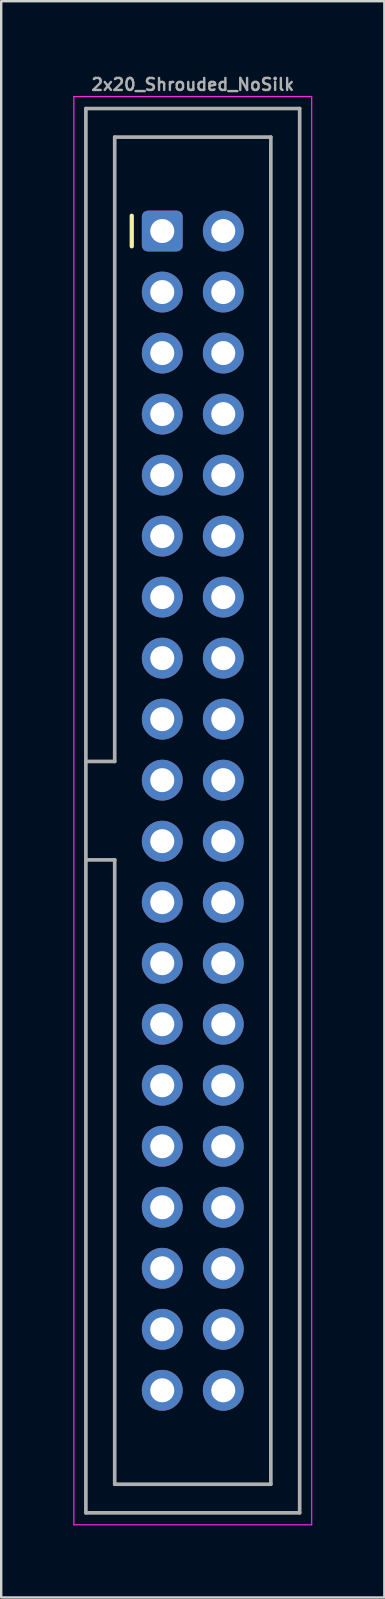
<source format=kicad_pcb>
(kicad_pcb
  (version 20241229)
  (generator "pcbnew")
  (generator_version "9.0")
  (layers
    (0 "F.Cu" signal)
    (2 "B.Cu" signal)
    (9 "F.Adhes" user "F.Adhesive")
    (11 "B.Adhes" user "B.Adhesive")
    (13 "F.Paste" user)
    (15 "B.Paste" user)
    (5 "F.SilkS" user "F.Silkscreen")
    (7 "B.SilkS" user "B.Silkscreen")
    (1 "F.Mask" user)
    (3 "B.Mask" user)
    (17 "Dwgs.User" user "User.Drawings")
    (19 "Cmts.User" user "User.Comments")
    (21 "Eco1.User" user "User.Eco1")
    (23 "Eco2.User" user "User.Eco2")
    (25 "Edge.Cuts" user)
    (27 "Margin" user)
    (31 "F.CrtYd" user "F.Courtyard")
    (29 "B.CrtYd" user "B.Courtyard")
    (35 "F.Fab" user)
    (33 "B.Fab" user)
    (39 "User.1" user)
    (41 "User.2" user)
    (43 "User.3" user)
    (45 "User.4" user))
  (footprint "2x20_Shrouded_NoSilk"
    (layer "F.Cu")
    (at 3.705 6.568)
    (property "Reference" "2x20_Shrouded_NoSilk" (at 1.27 -6.1 0) (layer "F.Fab") (effects (font (size 0.5 0.5) (thickness 0.1))))
    (attr through_hole)
    (fp_line (start -1.98 26.18) (end -1.98 26.18) (stroke (width 0.12) (type solid)) (layer "F.SilkS"))
    (fp_line (start -1.27 -0.635) (end -1.27 0.635) (stroke (width 0.178) (type solid)) (layer "F.SilkS"))
    (fp_line (start -3.68 -5.6) (end -3.68 53.86) (stroke (width 0.05) (type solid)) (layer "F.CrtYd"))
    (fp_line (start -3.68 53.86) (end 6.22 53.86) (stroke (width 0.05) (type solid)) (layer "F.CrtYd"))
    (fp_line (start 6.22 -5.6) (end -3.68 -5.6) (stroke (width 0.05) (type solid)) (layer "F.CrtYd"))
    (fp_line (start 6.22 53.86) (end 6.22 -5.6) (stroke (width 0.05) (type solid)) (layer "F.CrtYd"))
    (fp_line (start -3.18 -5.1) (end 5.72 -5.1) (stroke (width 0.152) (type solid)) (layer "F.Fab"))
    (fp_line (start -3.18 22.08) (end -1.98 22.08) (stroke (width 0.152) (type solid)) (layer "F.Fab"))
    (fp_line (start -3.18 53.36) (end -3.18 -5.1) (stroke (width 0.152) (type solid)) (layer "F.Fab"))
    (fp_line (start -1.98 -3.91) (end 4.52 -3.91) (stroke (width 0.152) (type solid)) (layer "F.Fab"))
    (fp_line (start -1.98 22.08) (end -1.98 -3.91) (stroke (width 0.152) (type solid)) (layer "F.Fab"))
    (fp_line (start -1.98 26.18) (end -3.18 26.18) (stroke (width 0.152) (type solid)) (layer "F.Fab"))
    (fp_line (start -1.98 26.18) (end -1.98 26.18) (stroke (width 0.1) (type solid)) (layer "F.Fab"))
    (fp_line (start -1.98 52.17) (end -1.98 26.18) (stroke (width 0.152) (type solid)) (layer "F.Fab"))
    (fp_line (start 4.52 -3.91) (end 4.52 52.17) (stroke (width 0.152) (type solid)) (layer "F.Fab"))
    (fp_line (start 4.52 52.17) (end -1.98 52.17) (stroke (width 0.152) (type solid)) (layer "F.Fab"))
    (fp_line (start 5.72 -5.1) (end 5.72 53.36) (stroke (width 0.152) (type solid)) (layer "F.Fab"))
    (fp_line (start 5.72 53.36) (end -3.18 53.36) (stroke (width 0.152) (type solid)) (layer "F.Fab"))
    (pad "1" thru_hole roundrect (at 0 0) (size 1.7 1.7) (drill 1) (layers "*.Cu" "*.Mask") (roundrect_rratio 0.147))
    (pad "2" thru_hole circle (at 2.54 0) (size 1.7 1.7) (drill 1) (layers "*.Cu" "*.Mask"))
    (pad "3" thru_hole circle (at 0 2.54) (size 1.7 1.7) (drill 1) (layers "*.Cu" "*.Mask"))
    (pad "4" thru_hole circle (at 2.54 2.54) (size 1.7 1.7) (drill 1) (layers "*.Cu" "*.Mask"))
    (pad "5" thru_hole circle (at 0 5.08) (size 1.7 1.7) (drill 1) (layers "*.Cu" "*.Mask"))
    (pad "6" thru_hole circle (at 2.54 5.08) (size 1.7 1.7) (drill 1) (layers "*.Cu" "*.Mask"))
    (pad "7" thru_hole circle (at 0 7.62) (size 1.7 1.7) (drill 1) (layers "*.Cu" "*.Mask"))
    (pad "8" thru_hole circle (at 2.54 7.62) (size 1.7 1.7) (drill 1) (layers "*.Cu" "*.Mask"))
    (pad "9" thru_hole circle (at 0 10.16) (size 1.7 1.7) (drill 1) (layers "*.Cu" "*.Mask"))
    (pad "10" thru_hole circle (at 2.54 10.16) (size 1.7 1.7) (drill 1) (layers "*.Cu" "*.Mask"))
    (pad "11" thru_hole circle (at 0 12.7) (size 1.7 1.7) (drill 1) (layers "*.Cu" "*.Mask"))
    (pad "12" thru_hole circle (at 2.54 12.7) (size 1.7 1.7) (drill 1) (layers "*.Cu" "*.Mask"))
    (pad "13" thru_hole circle (at 0 15.24) (size 1.7 1.7) (drill 1) (layers "*.Cu" "*.Mask"))
    (pad "14" thru_hole circle (at 2.54 15.24) (size 1.7 1.7) (drill 1) (layers "*.Cu" "*.Mask"))
    (pad "15" thru_hole circle (at 0 17.78) (size 1.7 1.7) (drill 1) (layers "*.Cu" "*.Mask"))
    (pad "16" thru_hole circle (at 2.54 17.78) (size 1.7 1.7) (drill 1) (layers "*.Cu" "*.Mask"))
    (pad "17" thru_hole circle (at 0 20.32) (size 1.7 1.7) (drill 1) (layers "*.Cu" "*.Mask"))
    (pad "18" thru_hole circle (at 2.54 20.32) (size 1.7 1.7) (drill 1) (layers "*.Cu" "*.Mask"))
    (pad "19" thru_hole circle (at 0 22.86) (size 1.7 1.7) (drill 1) (layers "*.Cu" "*.Mask"))
    (pad "20" thru_hole circle (at 2.54 22.86) (size 1.7 1.7) (drill 1) (layers "*.Cu" "*.Mask"))
    (pad "21" thru_hole circle (at 0 25.4) (size 1.7 1.7) (drill 1) (layers "*.Cu" "*.Mask"))
    (pad "22" thru_hole circle (at 2.54 25.4) (size 1.7 1.7) (drill 1) (layers "*.Cu" "*.Mask"))
    (pad "23" thru_hole circle (at 0 27.94) (size 1.7 1.7) (drill 1) (layers "*.Cu" "*.Mask"))
    (pad "24" thru_hole circle (at 2.54 27.94) (size 1.7 1.7) (drill 1) (layers "*.Cu" "*.Mask"))
    (pad "25" thru_hole circle (at 0 30.48) (size 1.7 1.7) (drill 1) (layers "*.Cu" "*.Mask"))
    (pad "26" thru_hole circle (at 2.54 30.48) (size 1.7 1.7) (drill 1) (layers "*.Cu" "*.Mask"))
    (pad "27" thru_hole circle (at 0 33.02) (size 1.7 1.7) (drill 1) (layers "*.Cu" "*.Mask"))
    (pad "28" thru_hole circle (at 2.54 33.02) (size 1.7 1.7) (drill 1) (layers "*.Cu" "*.Mask"))
    (pad "29" thru_hole circle (at 0 35.56) (size 1.7 1.7) (drill 1) (layers "*.Cu" "*.Mask"))
    (pad "30" thru_hole circle (at 2.54 35.56) (size 1.7 1.7) (drill 1) (layers "*.Cu" "*.Mask"))
    (pad "31" thru_hole circle (at 0 38.1) (size 1.7 1.7) (drill 1) (layers "*.Cu" "*.Mask"))
    (pad "32" thru_hole circle (at 2.54 38.1) (size 1.7 1.7) (drill 1) (layers "*.Cu" "*.Mask"))
    (pad "33" thru_hole circle (at 0 40.64) (size 1.7 1.7) (drill 1) (layers "*.Cu" "*.Mask"))
    (pad "34" thru_hole circle (at 2.54 40.64) (size 1.7 1.7) (drill 1) (layers "*.Cu" "*.Mask"))
    (pad "35" thru_hole circle (at 0 43.18) (size 1.7 1.7) (drill 1) (layers "*.Cu" "*.Mask"))
    (pad "36" thru_hole circle (at 2.54 43.18) (size 1.7 1.7) (drill 1) (layers "*.Cu" "*.Mask"))
    (pad "37" thru_hole circle (at 0 45.72) (size 1.7 1.7) (drill 1) (layers "*.Cu" "*.Mask"))
    (pad "38" thru_hole circle (at 2.54 45.72) (size 1.7 1.7) (drill 1) (layers "*.Cu" "*.Mask"))
    (pad "39" thru_hole circle (at 0 48.26) (size 1.7 1.7) (drill 1) (layers "*.Cu" "*.Mask"))
    (pad "40" thru_hole circle (at 2.54 48.26) (size 1.7 1.7) (drill 1) (layers "*.Cu" "*.Mask")))
  (gr_rect
    (start -3 -3)
    (end 12.95 63.453)
    (stroke (width 0.1) (type default))
    (fill no)
    (layer "Edge.Cuts")))
</source>
